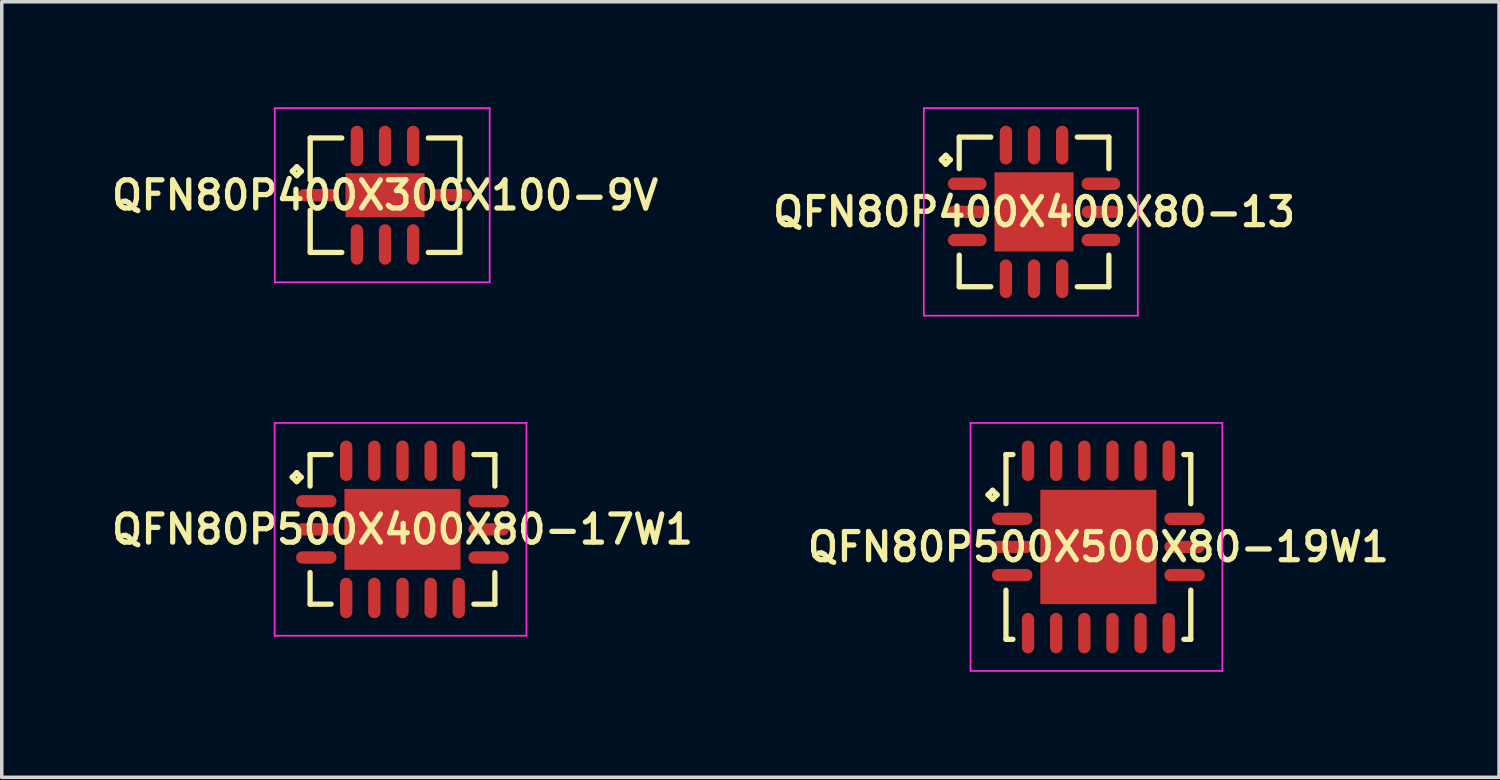
<source format=kicad_pcb>
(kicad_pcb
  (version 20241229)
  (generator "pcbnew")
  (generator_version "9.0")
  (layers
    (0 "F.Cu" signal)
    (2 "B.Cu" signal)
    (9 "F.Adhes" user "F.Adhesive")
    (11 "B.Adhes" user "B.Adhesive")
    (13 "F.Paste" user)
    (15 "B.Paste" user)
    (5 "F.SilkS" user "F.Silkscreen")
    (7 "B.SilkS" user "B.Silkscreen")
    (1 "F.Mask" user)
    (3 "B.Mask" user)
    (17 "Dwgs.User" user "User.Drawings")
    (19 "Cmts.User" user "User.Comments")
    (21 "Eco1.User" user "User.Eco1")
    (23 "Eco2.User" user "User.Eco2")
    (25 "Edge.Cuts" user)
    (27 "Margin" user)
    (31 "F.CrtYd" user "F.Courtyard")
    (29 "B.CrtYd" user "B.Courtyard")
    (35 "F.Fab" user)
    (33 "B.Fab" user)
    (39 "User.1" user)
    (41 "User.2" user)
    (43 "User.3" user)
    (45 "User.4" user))
  (footprint "QFN80P400X300X100-9V"
    (layer "F.Cu")
    (at 7.897 2.5)
    (property "Reference" "QFN80P400X300X100-9V" (at 0 0 0) (layer "F.SilkS") (effects (font (size 0.8 0.8) (thickness 0.15))))
    (attr smd)
    (fp_line (start -2.635 -0.683) (end -2.508 -0.81) (stroke (width 0.15) (type solid)) (layer "F.SilkS"))
    (fp_line (start -2.508 -0.81) (end -2.381 -0.683) (stroke (width 0.15) (type solid)) (layer "F.SilkS"))
    (fp_line (start -2.508 -0.556) (end -2.635 -0.683) (stroke (width 0.15) (type solid)) (layer "F.SilkS"))
    (fp_line (start -2.381 -0.683) (end -2.508 -0.556) (stroke (width 0.15) (type solid)) (layer "F.SilkS"))
    (fp_line (start -2.127 -1.627) (end -1.229 -1.627) (stroke (width 0.15) (type solid)) (layer "F.SilkS"))
    (fp_line (start -2.127 -0.429) (end -2.127 -1.627) (stroke (width 0.15) (type solid)) (layer "F.SilkS"))
    (fp_line (start -2.127 0.429) (end -2.127 1.627) (stroke (width 0.15) (type solid)) (layer "F.SilkS"))
    (fp_line (start -2.127 1.627) (end -1.229 1.627) (stroke (width 0.15) (type solid)) (layer "F.SilkS"))
    (fp_line (start 1.229 -1.627) (end 2.127 -1.627) (stroke (width 0.15) (type solid)) (layer "F.SilkS"))
    (fp_line (start 1.229 1.627) (end 2.127 1.627) (stroke (width 0.15) (type solid)) (layer "F.SilkS"))
    (fp_line (start 2.127 -1.627) (end 2.127 -0.429) (stroke (width 0.15) (type solid)) (layer "F.SilkS"))
    (fp_line (start 2.127 1.627) (end 2.127 0.429) (stroke (width 0.15) (type solid)) (layer "F.SilkS"))
    (fp_line (start -3.135 -2.475) (end 2.975 -2.475) (stroke (width 0.05) (type solid)) (layer "F.CrtYd"))
    (fp_line (start -3.135 2.475) (end -3.135 -2.475) (stroke (width 0.05) (type solid)) (layer "F.CrtYd"))
    (fp_line (start 2.975 -2.475) (end 2.975 2.475) (stroke (width 0.05) (type solid)) (layer "F.CrtYd"))
    (fp_line (start 2.975 2.475) (end -3.135 2.475) (stroke (width 0.05) (type solid)) (layer "F.CrtYd"))
    (pad "1" smd oval (at -1.9 0) (size 1.15 0.35) (layers "F.Cu" "F.Mask" "F.Paste"))
    (pad "2" smd oval (at -0.8 1.4) (size 0.35 1.15) (layers "F.Cu" "F.Mask" "F.Paste"))
    (pad "3" smd oval (at 0 1.4) (size 0.35 1.15) (layers "F.Cu" "F.Mask" "F.Paste"))
    (pad "4" smd oval (at 0.8 1.4) (size 0.35 1.15) (layers "F.Cu" "F.Mask" "F.Paste"))
    (pad "5" smd oval (at 1.9 0) (size 1.15 0.35) (layers "F.Cu" "F.Mask" "F.Paste"))
    (pad "6" smd oval (at 0.8 -1.4) (size 0.35 1.15) (layers "F.Cu" "F.Mask" "F.Paste"))
    (pad "7" smd oval (at 0 -1.4) (size 0.35 1.15) (layers "F.Cu" "F.Mask" "F.Paste"))
    (pad "8" smd oval (at -0.8 -1.4) (size 0.35 1.15) (layers "F.Cu" "F.Mask" "F.Paste"))
    (pad "9" smd rect (at 0 0) (size 2.25 1.25) (layers "F.Cu" "F.Mask" "F.Paste")))
  (footprint "QFN80P500X500X80-19W1"
    (layer "F.Cu")
    (at 28.178 12.5)
    (property "Reference" "QFN80P500X500X80-19W1" (at 0 0 0) (layer "F.SilkS") (effects (font (size 0.8 0.8) (thickness 0.15))))
    (attr smd)
    (fp_line (start -3.135 -1.483) (end -3.008 -1.61) (stroke (width 0.15) (type solid)) (layer "F.SilkS"))
    (fp_line (start -3.008 -1.61) (end -2.881 -1.483) (stroke (width 0.15) (type solid)) (layer "F.SilkS"))
    (fp_line (start -3.008 -1.356) (end -3.135 -1.483) (stroke (width 0.15) (type solid)) (layer "F.SilkS"))
    (fp_line (start -2.881 -1.483) (end -3.008 -1.356) (stroke (width 0.15) (type solid)) (layer "F.SilkS"))
    (fp_line (start -2.627 -2.627) (end -2.429 -2.627) (stroke (width 0.15) (type solid)) (layer "F.SilkS"))
    (fp_line (start -2.627 -1.229) (end -2.627 -2.627) (stroke (width 0.15) (type solid)) (layer "F.SilkS"))
    (fp_line (start -2.627 1.229) (end -2.627 2.627) (stroke (width 0.15) (type solid)) (layer "F.SilkS"))
    (fp_line (start -2.627 2.627) (end -2.429 2.627) (stroke (width 0.15) (type solid)) (layer "F.SilkS"))
    (fp_line (start 2.429 -2.627) (end 2.627 -2.627) (stroke (width 0.15) (type solid)) (layer "F.SilkS"))
    (fp_line (start 2.429 2.627) (end 2.627 2.627) (stroke (width 0.15) (type solid)) (layer "F.SilkS"))
    (fp_line (start 2.627 -2.627) (end 2.627 -1.229) (stroke (width 0.15) (type solid)) (layer "F.SilkS"))
    (fp_line (start 2.627 2.627) (end 2.627 1.229) (stroke (width 0.15) (type solid)) (layer "F.SilkS"))
    (fp_line (start -3.635 -3.525) (end 3.525 -3.525) (stroke (width 0.05) (type solid)) (layer "F.CrtYd"))
    (fp_line (start -3.635 3.525) (end -3.635 -3.525) (stroke (width 0.05) (type solid)) (layer "F.CrtYd"))
    (fp_line (start 3.525 -3.525) (end 3.525 3.525) (stroke (width 0.05) (type solid)) (layer "F.CrtYd"))
    (fp_line (start 3.525 3.525) (end -3.635 3.525) (stroke (width 0.05) (type solid)) (layer "F.CrtYd"))
    (pad "1" smd oval (at -2.45 -0.8) (size 1.15 0.35) (layers "F.Cu" "F.Mask" "F.Paste"))
    (pad "2" smd oval (at -2.45 0) (size 1.15 0.35) (layers "F.Cu" "F.Mask" "F.Paste"))
    (pad "3" smd oval (at -2.45 0.8) (size 1.15 0.35) (layers "F.Cu" "F.Mask" "F.Paste"))
    (pad "4" smd oval (at -2 2.45) (size 0.35 1.15) (layers "F.Cu" "F.Mask" "F.Paste"))
    (pad "5" smd oval (at -1.2 2.45) (size 0.35 1.15) (layers "F.Cu" "F.Mask" "F.Paste"))
    (pad "6" smd oval (at -0.4 2.45) (size 0.35 1.15) (layers "F.Cu" "F.Mask" "F.Paste"))
    (pad "7" smd oval (at 0.4 2.45) (size 0.35 1.15) (layers "F.Cu" "F.Mask" "F.Paste"))
    (pad "8" smd oval (at 1.2 2.45) (size 0.35 1.15) (layers "F.Cu" "F.Mask" "F.Paste"))
    (pad "9" smd oval (at 2 2.45) (size 0.35 1.15) (layers "F.Cu" "F.Mask" "F.Paste"))
    (pad "10" smd oval (at 2.45 0.8) (size 1.15 0.35) (layers "F.Cu" "F.Mask" "F.Paste"))
    (pad "11" smd oval (at 2.45 0) (size 1.15 0.35) (layers "F.Cu" "F.Mask" "F.Paste"))
    (pad "12" smd oval (at 2.45 -0.8) (size 1.15 0.35) (layers "F.Cu" "F.Mask" "F.Paste"))
    (pad "13" smd oval (at 2 -2.45) (size 0.35 1.15) (layers "F.Cu" "F.Mask" "F.Paste"))
    (pad "14" smd oval (at 1.2 -2.45) (size 0.35 1.15) (layers "F.Cu" "F.Mask" "F.Paste"))
    (pad "15" smd oval (at 0.4 -2.45) (size 0.35 1.15) (layers "F.Cu" "F.Mask" "F.Paste"))
    (pad "16" smd oval (at -0.4 -2.45) (size 0.35 1.15) (layers "F.Cu" "F.Mask" "F.Paste"))
    (pad "17" smd oval (at -1.2 -2.45) (size 0.35 1.15) (layers "F.Cu" "F.Mask" "F.Paste"))
    (pad "18" smd oval (at -2 -2.45) (size 0.35 1.15) (layers "F.Cu" "F.Mask" "F.Paste"))
    (pad "19" smd rect (at 0 0) (size 3.3 3.25) (layers "F.Cu" "F.Mask" "F.Paste")))
  (footprint "QFN80P500X400X80-17W1"
    (layer "F.Cu")
    (at 8.393 12)
    (property "Reference" "QFN80P500X400X80-17W1" (at 0 0 0) (layer "F.SilkS") (effects (font (size 0.8 0.8) (thickness 0.15))))
    (attr smd)
    (fp_line (start -3.135 -1.483) (end -3.008 -1.61) (stroke (width 0.15) (type solid)) (layer "F.SilkS"))
    (fp_line (start -3.008 -1.61) (end -2.881 -1.483) (stroke (width 0.15) (type solid)) (layer "F.SilkS"))
    (fp_line (start -3.008 -1.356) (end -3.135 -1.483) (stroke (width 0.15) (type solid)) (layer "F.SilkS"))
    (fp_line (start -2.881 -1.483) (end -3.008 -1.356) (stroke (width 0.15) (type solid)) (layer "F.SilkS"))
    (fp_line (start -2.627 -2.127) (end -2.029 -2.127) (stroke (width 0.15) (type solid)) (layer "F.SilkS"))
    (fp_line (start -2.627 -1.229) (end -2.627 -2.127) (stroke (width 0.15) (type solid)) (layer "F.SilkS"))
    (fp_line (start -2.627 1.229) (end -2.627 2.127) (stroke (width 0.15) (type solid)) (layer "F.SilkS"))
    (fp_line (start -2.627 2.127) (end -2.029 2.127) (stroke (width 0.15) (type solid)) (layer "F.SilkS"))
    (fp_line (start 2.029 -2.127) (end 2.627 -2.127) (stroke (width 0.15) (type solid)) (layer "F.SilkS"))
    (fp_line (start 2.029 2.127) (end 2.627 2.127) (stroke (width 0.15) (type solid)) (layer "F.SilkS"))
    (fp_line (start 2.627 -2.127) (end 2.627 -1.229) (stroke (width 0.15) (type solid)) (layer "F.SilkS"))
    (fp_line (start 2.627 2.127) (end 2.627 1.229) (stroke (width 0.15) (type solid)) (layer "F.SilkS"))
    (fp_line (start -3.635 -3.025) (end 3.525 -3.025) (stroke (width 0.05) (type solid)) (layer "F.CrtYd"))
    (fp_line (start -3.635 3.025) (end -3.635 -3.025) (stroke (width 0.05) (type solid)) (layer "F.CrtYd"))
    (fp_line (start 3.525 -3.025) (end 3.525 3.025) (stroke (width 0.05) (type solid)) (layer "F.CrtYd"))
    (fp_line (start 3.525 3.025) (end -3.635 3.025) (stroke (width 0.05) (type solid)) (layer "F.CrtYd"))
    (pad "1" smd oval (at -2.45 -0.8) (size 1.15 0.35) (layers "F.Cu" "F.Mask" "F.Paste"))
    (pad "2" smd oval (at -2.45 0) (size 1.15 0.35) (layers "F.Cu" "F.Mask" "F.Paste"))
    (pad "3" smd oval (at -2.45 0.8) (size 1.15 0.35) (layers "F.Cu" "F.Mask" "F.Paste"))
    (pad "4" smd oval (at -1.6 1.95) (size 0.35 1.15) (layers "F.Cu" "F.Mask" "F.Paste"))
    (pad "5" smd oval (at -0.8 1.95) (size 0.35 1.15) (layers "F.Cu" "F.Mask" "F.Paste"))
    (pad "6" smd oval (at 0 1.95) (size 0.35 1.15) (layers "F.Cu" "F.Mask" "F.Paste"))
    (pad "7" smd oval (at 0.8 1.95) (size 0.35 1.15) (layers "F.Cu" "F.Mask" "F.Paste"))
    (pad "8" smd oval (at 1.6 1.95) (size 0.35 1.15) (layers "F.Cu" "F.Mask" "F.Paste"))
    (pad "9" smd oval (at 2.45 0.8) (size 1.15 0.35) (layers "F.Cu" "F.Mask" "F.Paste"))
    (pad "10" smd oval (at 2.45 0) (size 1.15 0.35) (layers "F.Cu" "F.Mask" "F.Paste"))
    (pad "11" smd oval (at 2.45 -0.8) (size 1.15 0.35) (layers "F.Cu" "F.Mask" "F.Paste"))
    (pad "12" smd oval (at 1.6 -1.95) (size 0.35 1.15) (layers "F.Cu" "F.Mask" "F.Paste"))
    (pad "13" smd oval (at 0.8 -1.95) (size 0.35 1.15) (layers "F.Cu" "F.Mask" "F.Paste"))
    (pad "14" smd oval (at 0 -1.95) (size 0.35 1.15) (layers "F.Cu" "F.Mask" "F.Paste"))
    (pad "15" smd oval (at -0.8 -1.95) (size 0.35 1.15) (layers "F.Cu" "F.Mask" "F.Paste"))
    (pad "16" smd oval (at -1.6 -1.95) (size 0.35 1.15) (layers "F.Cu" "F.Mask" "F.Paste"))
    (pad "17" smd rect (at 0 0) (size 3.3 2.3) (layers "F.Cu" "F.Mask" "F.Paste")))
  (footprint "QFN80P400X400X80-13"
    (layer "F.Cu")
    (at 26.349 2.975)
    (property "Reference" "QFN80P400X400X80-13" (at 0 0 0) (layer "F.SilkS") (effects (font (size 0.8 0.8) (thickness 0.15))))
    (attr smd)
    (fp_line (start -2.635 -1.483) (end -2.508 -1.61) (stroke (width 0.15) (type solid)) (layer "F.SilkS"))
    (fp_line (start -2.508 -1.61) (end -2.381 -1.483) (stroke (width 0.15) (type solid)) (layer "F.SilkS"))
    (fp_line (start -2.508 -1.356) (end -2.635 -1.483) (stroke (width 0.15) (type solid)) (layer "F.SilkS"))
    (fp_line (start -2.381 -1.483) (end -2.508 -1.356) (stroke (width 0.15) (type solid)) (layer "F.SilkS"))
    (fp_line (start -2.127 -2.127) (end -1.229 -2.127) (stroke (width 0.15) (type solid)) (layer "F.SilkS"))
    (fp_line (start -2.127 -1.229) (end -2.127 -2.127) (stroke (width 0.15) (type solid)) (layer "F.SilkS"))
    (fp_line (start -2.127 1.229) (end -2.127 2.127) (stroke (width 0.15) (type solid)) (layer "F.SilkS"))
    (fp_line (start -2.127 2.127) (end -1.229 2.127) (stroke (width 0.15) (type solid)) (layer "F.SilkS"))
    (fp_line (start 1.229 -2.127) (end 2.127 -2.127) (stroke (width 0.15) (type solid)) (layer "F.SilkS"))
    (fp_line (start 1.229 2.127) (end 2.127 2.127) (stroke (width 0.15) (type solid)) (layer "F.SilkS"))
    (fp_line (start 2.127 -2.127) (end 2.127 -1.229) (stroke (width 0.15) (type solid)) (layer "F.SilkS"))
    (fp_line (start 2.127 2.127) (end 2.127 1.229) (stroke (width 0.15) (type solid)) (layer "F.SilkS"))
    (fp_line (start -3.135 -2.95) (end 2.95 -2.95) (stroke (width 0.05) (type solid)) (layer "F.CrtYd"))
    (fp_line (start -3.135 2.95) (end -3.135 -2.95) (stroke (width 0.05) (type solid)) (layer "F.CrtYd"))
    (fp_line (start 2.95 -2.95) (end 2.95 2.95) (stroke (width 0.05) (type solid)) (layer "F.CrtYd"))
    (fp_line (start 2.95 2.95) (end -3.135 2.95) (stroke (width 0.05) (type solid)) (layer "F.CrtYd"))
    (pad "1" smd oval (at -1.9 -0.8) (size 1.1 0.35) (layers "F.Cu" "F.Mask" "F.Paste"))
    (pad "2" smd oval (at -1.9 0) (size 1.1 0.35) (layers "F.Cu" "F.Mask" "F.Paste"))
    (pad "3" smd oval (at -1.9 0.8) (size 1.1 0.35) (layers "F.Cu" "F.Mask" "F.Paste"))
    (pad "4" smd oval (at -0.8 1.9) (size 0.35 1.1) (layers "F.Cu" "F.Mask" "F.Paste"))
    (pad "5" smd oval (at 0 1.9) (size 0.35 1.1) (layers "F.Cu" "F.Mask" "F.Paste"))
    (pad "6" smd oval (at 0.8 1.9) (size 0.35 1.1) (layers "F.Cu" "F.Mask" "F.Paste"))
    (pad "7" smd oval (at 1.9 0.8) (size 1.1 0.35) (layers "F.Cu" "F.Mask" "F.Paste"))
    (pad "8" smd oval (at 1.9 0) (size 1.1 0.35) (layers "F.Cu" "F.Mask" "F.Paste"))
    (pad "9" smd oval (at 1.9 -0.8) (size 1.1 0.35) (layers "F.Cu" "F.Mask" "F.Paste"))
    (pad "10" smd oval (at 0.8 -1.9) (size 0.35 1.1) (layers "F.Cu" "F.Mask" "F.Paste"))
    (pad "11" smd oval (at 0 -1.9) (size 0.35 1.1) (layers "F.Cu" "F.Mask" "F.Paste"))
    (pad "12" smd oval (at -0.8 -1.9) (size 0.35 1.1) (layers "F.Cu" "F.Mask" "F.Paste"))
    (pad "13" smd rect (at 0 0) (size 2.25 2.25) (layers "F.Cu" "F.Mask" "F.Paste")))
  (gr_rect
    (start -3 -3)
    (end 39.57 19.05)
    (stroke (width 0.1) (type default))
    (fill no)
    (layer "Edge.Cuts")))
</source>
